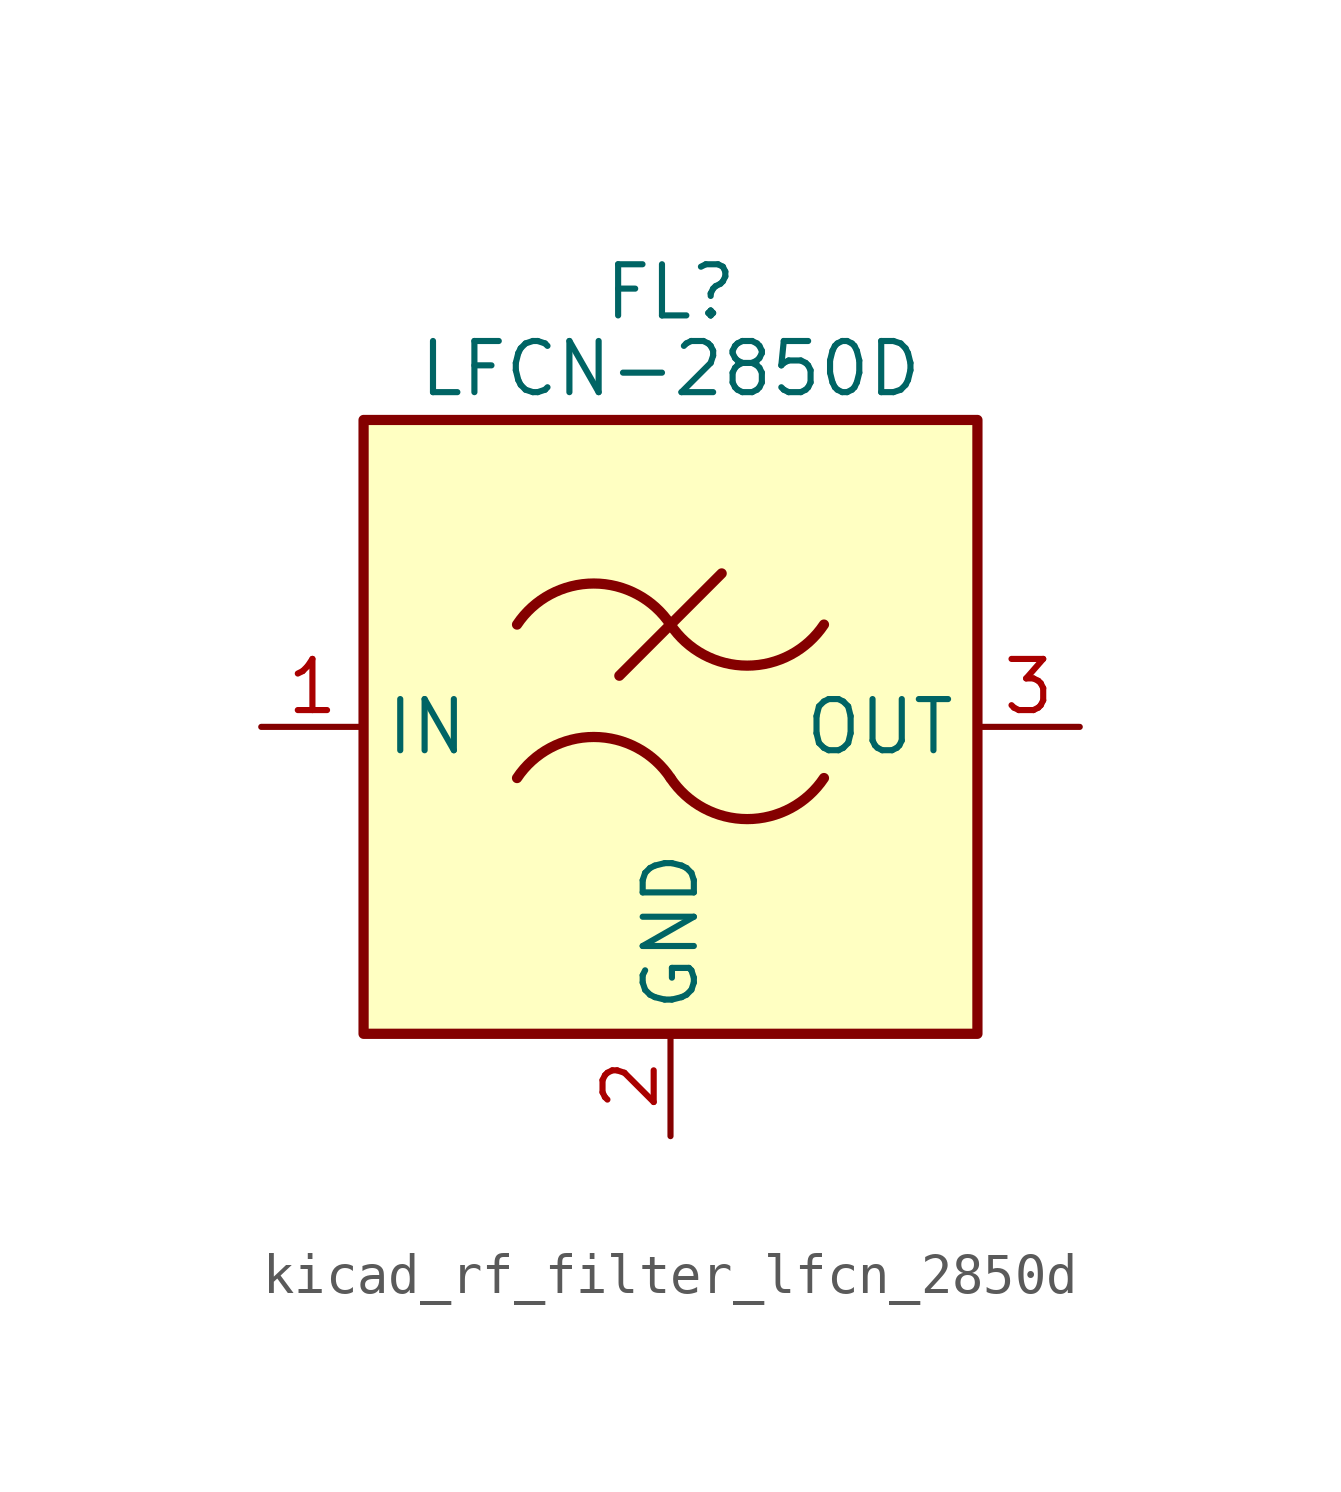
<source format=kicad_sym>
(kicad_symbol_lib
  (version 20220914)
  (generator kicad_symbol_editor)
  (symbol "kicad_rf_filter_lfcn_2850d"
    (property "Reference" "FL"
      (at 0 10.795 0)
      (effects (font (size 1.27 1.27))))
    (property "Value" "LFCN-2850D"
      (at 0 8.89 0)
      (effects (font (size 1.27 1.27))))
    (symbol "kicad_rf_filter_lfcn_2850d_0_1"
      (rectangle (start -7.62 7.62) (end 7.62 -7.62) (stroke (width 0.254) (type default)) (fill (type background)))
      (arc (start 0 -1.27) (mid -1.905 -0.2505) (end -3.81 -1.27) (stroke (width 0.254) (type default)) (fill (type none)))
      (arc (start 0 -1.27) (mid 1.905 -2.2895) (end 3.81 -1.27) (stroke (width 0.254) (type default)) (fill (type none)))
      (polyline (pts (xy -1.27 1.27) (xy 1.27 3.81)) (stroke (width 0.254) (type default)) (fill (type none)))
      (arc (start 0 2.54) (mid -1.905 3.5595) (end -3.81 2.54) (stroke (width 0.254) (type default)) (fill (type none)))
      (arc (start 0 2.54) (mid 1.905 1.5205) (end 3.81 2.54) (stroke (width 0.254) (type default)) (fill (type none))))
    (symbol "kicad_rf_filter_lfcn_2850d_1_1"
      (pin passive line (at -10.16 0 0) (length 2.54) (name "IN" (effects (font (size 1.27 1.27)))) (number "1" (effects (font (size 1.27 1.27)))))
      (pin passive line (at 0 -10.16 90) (length 2.54) (name "GND" (effects (font (size 1.27 1.27)))) (number "2" (effects (font (size 1.27 1.27)))))
      (pin passive line (at 10.16 0 180) (length 2.54) (name "OUT" (effects (font (size 1.27 1.27)))) (number "3" (effects (font (size 1.27 1.27)))))
      (pin passive line (at 0 -10.16 90) (length 2.54) hide (name "GND" (effects (font (size 1.27 1.27)))) (number "4" (effects (font (size 1.27 1.27))))))))
</source>
